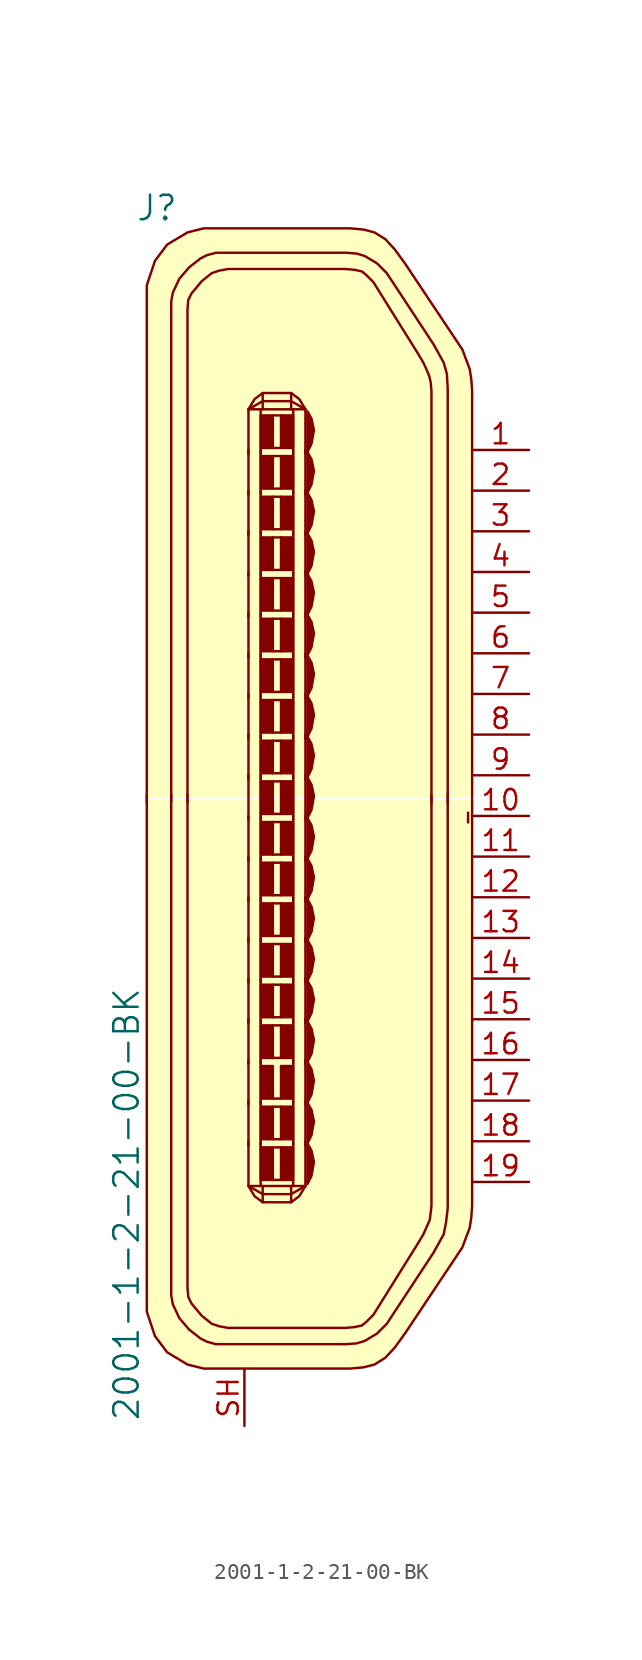
<source format=kicad_sym>
(kicad_symbol_lib
  (version 20220914)
  (generator kicad_symbol_editor)
  (symbol "2001-1-2-21-00-BK"
    (pin_names
      (offset 1.016))
    (property "Reference" "J"
      (at -8.001 37.973 0)
      (effects (font (size 1.524 1.524))))
    (property "Value" "2001-1-2-21-00-BK"
      (at -9.906 -24.257 90)
      (effects (font (size 1.524 1.524))))
    (symbol "2001-1-2-21-00-BK_0_1"
      (rectangle (start -1.524 -20.701) (end -0.762 -22.733) (stroke (width 0) (type solid)) (fill (type outline)))
      (rectangle (start -1.524 -18.161) (end -0.762 -20.193) (stroke (width 0) (type solid)) (fill (type outline)))
      (rectangle (start -1.524 -15.621) (end -0.762 -17.653) (stroke (width 0) (type solid)) (fill (type outline)))
      (rectangle (start -1.524 -13.081) (end -0.762 -15.113) (stroke (width 0) (type solid)) (fill (type outline)))
      (rectangle (start -1.524 -10.541) (end -0.762 -12.573) (stroke (width 0) (type solid)) (fill (type outline)))
      (rectangle (start -1.524 -8.001) (end -0.762 -10.033) (stroke (width 0) (type solid)) (fill (type outline)))
      (rectangle (start -1.524 -5.461) (end -0.762 -7.493) (stroke (width 0) (type solid)) (fill (type outline)))
      (rectangle (start -1.524 -2.921) (end -0.762 -4.953) (stroke (width 0) (type solid)) (fill (type outline)))
      (rectangle (start -1.524 -0.381) (end -0.762 -2.413) (stroke (width 0) (type solid)) (fill (type outline)))
      (rectangle (start -1.524 2.159) (end -0.762 0.127) (stroke (width 0) (type solid)) (fill (type outline)))
      (rectangle (start -1.524 4.699) (end -0.762 2.667) (stroke (width 0) (type solid)) (fill (type outline)))
      (rectangle (start -1.524 7.239) (end -0.762 5.207) (stroke (width 0) (type solid)) (fill (type outline)))
      (rectangle (start -1.524 9.779) (end -0.762 7.747) (stroke (width 0) (type solid)) (fill (type outline)))
      (rectangle (start -1.524 12.319) (end -0.762 10.287) (stroke (width 0) (type solid)) (fill (type outline)))
      (rectangle (start -1.524 14.859) (end -0.762 12.827) (stroke (width 0) (type solid)) (fill (type outline)))
      (rectangle (start -1.524 17.399) (end -0.762 15.367) (stroke (width 0) (type solid)) (fill (type outline)))
      (rectangle (start -1.524 19.939) (end -0.762 17.907) (stroke (width 0) (type solid)) (fill (type outline)))
      (rectangle (start -1.524 22.479) (end -0.762 20.447) (stroke (width 0) (type solid)) (fill (type outline)))
      (rectangle (start -1.524 25.019) (end -0.762 22.987) (stroke (width 0) (type solid)) (fill (type outline)))
      (polyline (pts (xy -8.636 1.295) (xy -8.636 0.838)) (stroke (width 0) (type solid)) (fill (type none)))
      (polyline (pts (xy -7.112 1.346) (xy -7.112 0.889)) (stroke (width 0) (type solid)) (fill (type none)))
      (polyline (pts (xy -6.096 1.346) (xy -6.096 0.838)) (stroke (width 0) (type solid)) (fill (type none)))
      (polyline (pts (xy -2.286 -23.114) (xy 1.27 -23.114)) (stroke (width 0) (type solid)) (fill (type none)))
      (polyline (pts (xy -2.286 -20.32) (xy -2.286 -23.114)) (stroke (width 0) (type solid)) (fill (type none)))
      (polyline (pts (xy -2.286 -17.78) (xy -2.286 -20.574)) (stroke (width 0) (type solid)) (fill (type none)))
      (polyline (pts (xy -2.286 -15.24) (xy -2.286 -18.034)) (stroke (width 0) (type solid)) (fill (type none)))
      (polyline (pts (xy -2.286 -12.7) (xy -2.286 -15.494)) (stroke (width 0) (type solid)) (fill (type none)))
      (polyline (pts (xy -2.286 -10.16) (xy -2.286 -12.954)) (stroke (width 0) (type solid)) (fill (type none)))
      (polyline (pts (xy -2.286 -7.62) (xy -2.286 -10.414)) (stroke (width 0) (type solid)) (fill (type none)))
      (polyline (pts (xy -2.286 -5.08) (xy -2.286 -7.874)) (stroke (width 0) (type solid)) (fill (type none)))
      (polyline (pts (xy -2.286 -2.54) (xy -2.286 -5.334)) (stroke (width 0) (type solid)) (fill (type none)))
      (polyline (pts (xy -2.286 0) (xy -2.286 -2.794)) (stroke (width 0) (type solid)) (fill (type none)))
      (polyline (pts (xy -2.286 2.54) (xy -2.286 -0.254)) (stroke (width 0) (type solid)) (fill (type none)))
      (polyline (pts (xy -2.286 5.08) (xy -2.286 2.286)) (stroke (width 0) (type solid)) (fill (type none)))
      (polyline (pts (xy -2.286 7.62) (xy -2.286 4.826)) (stroke (width 0) (type solid)) (fill (type none)))
      (polyline (pts (xy -2.286 10.16) (xy -2.286 7.366)) (stroke (width 0) (type solid)) (fill (type none)))
      (polyline (pts (xy -2.286 12.7) (xy -2.286 9.906)) (stroke (width 0) (type solid)) (fill (type none)))
      (polyline (pts (xy -2.286 15.24) (xy -2.286 12.446)) (stroke (width 0) (type solid)) (fill (type none)))
      (polyline (pts (xy -2.286 17.78) (xy -2.286 14.986)) (stroke (width 0) (type solid)) (fill (type none)))
      (polyline (pts (xy -2.286 20.32) (xy -2.286 17.526)) (stroke (width 0) (type solid)) (fill (type none)))
      (polyline (pts (xy -2.286 22.86) (xy -2.286 20.066)) (stroke (width 0) (type solid)) (fill (type none)))
      (polyline (pts (xy -2.286 25.4) (xy -2.286 22.606)) (stroke (width 0) (type solid)) (fill (type none)))
      (polyline (pts (xy -2.286 25.4) (xy 1.27 25.4)) (stroke (width 0) (type solid)) (fill (type none)))
      (polyline (pts (xy -1.524 -20.32) (xy -1.524 -23.114)) (stroke (width 0) (type solid)) (fill (type none)))
      (polyline (pts (xy -1.524 -17.78) (xy -1.524 -20.574)) (stroke (width 0) (type solid)) (fill (type none)))
      (polyline (pts (xy -1.524 -15.24) (xy -1.524 -18.034)) (stroke (width 0) (type solid)) (fill (type none)))
      (polyline (pts (xy -1.524 -12.7) (xy -1.524 -15.494)) (stroke (width 0) (type solid)) (fill (type none)))
      (polyline (pts (xy -1.524 -10.16) (xy -1.524 -12.954)) (stroke (width 0) (type solid)) (fill (type none)))
      (polyline (pts (xy -1.524 -7.62) (xy -1.524 -10.414)) (stroke (width 0) (type solid)) (fill (type none)))
      (polyline (pts (xy -1.524 -5.08) (xy -1.524 -7.874)) (stroke (width 0) (type solid)) (fill (type none)))
      (polyline (pts (xy -1.524 -2.54) (xy -1.524 -5.334)) (stroke (width 0) (type solid)) (fill (type none)))
      (polyline (pts (xy -1.524 0) (xy -1.524 -2.794)) (stroke (width 0) (type solid)) (fill (type none)))
      (polyline (pts (xy -1.524 2.54) (xy -1.524 -0.254)) (stroke (width 0) (type solid)) (fill (type none)))
      (polyline (pts (xy -1.524 5.08) (xy -1.524 2.286)) (stroke (width 0) (type solid)) (fill (type none)))
      (polyline (pts (xy -1.524 7.62) (xy -1.524 4.826)) (stroke (width 0) (type solid)) (fill (type none)))
      (polyline (pts (xy -1.524 10.16) (xy -1.524 7.366)) (stroke (width 0) (type solid)) (fill (type none)))
      (polyline (pts (xy -1.524 12.7) (xy -1.524 9.906)) (stroke (width 0) (type solid)) (fill (type none)))
      (polyline (pts (xy -1.524 15.24) (xy -1.524 12.446)) (stroke (width 0) (type solid)) (fill (type none)))
      (polyline (pts (xy -1.524 17.78) (xy -1.524 14.986)) (stroke (width 0) (type solid)) (fill (type none)))
      (polyline (pts (xy -1.524 20.32) (xy -1.524 17.526)) (stroke (width 0) (type solid)) (fill (type none)))
      (polyline (pts (xy -1.524 22.86) (xy -1.524 20.066)) (stroke (width 0) (type solid)) (fill (type none)))
      (polyline (pts (xy -1.524 25.4) (xy -1.524 22.606)) (stroke (width 0) (type solid)) (fill (type none)))
      (polyline (pts (xy -1.397 -23.114) (xy -1.397 -24.13)) (stroke (width 0) (type solid)) (fill (type none)))
      (polyline (pts (xy -1.397 25.4) (xy -1.397 26.416)) (stroke (width 0) (type solid)) (fill (type none)))
      (polyline (pts (xy -0.762 -22.733) (xy -0.254 -22.733)) (stroke (width 0) (type solid)) (fill (type none)))
      (polyline (pts (xy -0.762 -20.701) (xy -0.254 -20.701)) (stroke (width 0) (type solid)) (fill (type none)))
      (polyline (pts (xy -0.762 -20.193) (xy -0.254 -20.193)) (stroke (width 0) (type solid)) (fill (type none)))
      (polyline (pts (xy -0.762 -18.161) (xy -0.254 -18.161)) (stroke (width 0) (type solid)) (fill (type none)))
      (polyline (pts (xy -0.762 -17.653) (xy -0.254 -17.653)) (stroke (width 0) (type solid)) (fill (type none)))
      (polyline (pts (xy -0.762 -15.113) (xy -0.254 -15.113)) (stroke (width 0) (type solid)) (fill (type none)))
      (polyline (pts (xy -0.762 -13.081) (xy -0.254 -13.081)) (stroke (width 0) (type solid)) (fill (type none)))
      (polyline (pts (xy -0.762 -12.573) (xy -0.254 -12.573)) (stroke (width 0) (type solid)) (fill (type none)))
      (polyline (pts (xy -0.762 -10.541) (xy -0.254 -10.541)) (stroke (width 0) (type solid)) (fill (type none)))
      (polyline (pts (xy -0.762 -10.033) (xy -0.254 -10.033)) (stroke (width 0) (type solid)) (fill (type none)))
      (polyline (pts (xy -0.762 -8.001) (xy -0.254 -8.001)) (stroke (width 0) (type solid)) (fill (type none)))
      (polyline (pts (xy -0.762 -7.493) (xy -0.254 -7.493)) (stroke (width 0) (type solid)) (fill (type none)))
      (polyline (pts (xy -0.762 -5.461) (xy -0.254 -5.461)) (stroke (width 0) (type solid)) (fill (type none)))
      (polyline (pts (xy -0.762 -4.953) (xy -0.254 -4.953)) (stroke (width 0) (type solid)) (fill (type none)))
      (polyline (pts (xy -0.762 -2.921) (xy -0.254 -2.921)) (stroke (width 0) (type solid)) (fill (type none)))
      (polyline (pts (xy -0.762 -2.413) (xy -0.254 -2.413)) (stroke (width 0) (type solid)) (fill (type none)))
      (polyline (pts (xy -0.762 -0.381) (xy -0.254 -0.381)) (stroke (width 0) (type solid)) (fill (type none)))
      (polyline (pts (xy -0.762 0.127) (xy -0.254 0.127)) (stroke (width 0) (type solid)) (fill (type none)))
      (polyline (pts (xy -0.762 2.159) (xy -0.254 2.159)) (stroke (width 0) (type solid)) (fill (type none)))
      (polyline (pts (xy -0.762 2.667) (xy -0.254 2.667)) (stroke (width 0) (type solid)) (fill (type none)))
      (polyline (pts (xy -0.762 4.699) (xy -0.254 4.699)) (stroke (width 0) (type solid)) (fill (type none)))
      (polyline (pts (xy -0.762 5.207) (xy -0.254 5.207)) (stroke (width 0) (type solid)) (fill (type none)))
      (polyline (pts (xy -0.762 7.239) (xy -0.254 7.239)) (stroke (width 0) (type solid)) (fill (type none)))
      (polyline (pts (xy -0.762 7.747) (xy -0.254 7.747)) (stroke (width 0) (type solid)) (fill (type none)))
      (polyline (pts (xy -0.762 9.779) (xy -0.254 9.779)) (stroke (width 0) (type solid)) (fill (type none)))
      (polyline (pts (xy -0.762 10.287) (xy -0.254 10.287)) (stroke (width 0) (type solid)) (fill (type none)))
      (polyline (pts (xy -0.762 12.319) (xy -0.254 12.319)) (stroke (width 0) (type solid)) (fill (type none)))
      (polyline (pts (xy -0.762 12.827) (xy -0.254 12.827)) (stroke (width 0) (type solid)) (fill (type none)))
      (polyline (pts (xy -0.762 14.859) (xy -0.254 14.859)) (stroke (width 0) (type solid)) (fill (type none)))
      (polyline (pts (xy -0.762 15.367) (xy -0.254 15.367)) (stroke (width 0) (type solid)) (fill (type none)))
      (polyline (pts (xy -0.762 17.399) (xy -0.254 17.399)) (stroke (width 0) (type solid)) (fill (type none)))
      (polyline (pts (xy -0.762 17.907) (xy -0.254 17.907)) (stroke (width 0) (type solid)) (fill (type none)))
      (polyline (pts (xy -0.762 19.939) (xy -0.254 19.939)) (stroke (width 0) (type solid)) (fill (type none)))
      (polyline (pts (xy -0.762 20.447) (xy -0.254 20.447)) (stroke (width 0) (type solid)) (fill (type none)))
      (polyline (pts (xy -0.762 22.479) (xy -0.254 22.479)) (stroke (width 0) (type solid)) (fill (type none)))
      (polyline (pts (xy -0.762 22.987) (xy -0.254 22.987)) (stroke (width 0) (type solid)) (fill (type none)))
      (polyline (pts (xy -0.762 25.019) (xy -0.254 25.019)) (stroke (width 0) (type solid)) (fill (type none)))
      (polyline (pts (xy 0.381 -23.114) (xy 0.381 -24.13)) (stroke (width 0) (type solid)) (fill (type none)))
      (polyline (pts (xy 0.381 25.4) (xy 0.381 26.416)) (stroke (width 0) (type solid)) (fill (type none)))
      (polyline (pts (xy 1.27 -20.32) (xy 1.27 -23.114)) (stroke (width 0) (type solid)) (fill (type none)))
      (polyline (pts (xy 1.27 -17.78) (xy 1.27 -20.574)) (stroke (width 0) (type solid)) (fill (type none)))
      (polyline (pts (xy 1.27 -15.24) (xy 1.27 -18.034)) (stroke (width 0) (type solid)) (fill (type none)))
      (polyline (pts (xy 1.27 -12.7) (xy 1.27 -15.494)) (stroke (width 0) (type solid)) (fill (type none)))
      (polyline (pts (xy 1.27 -10.16) (xy 1.27 -12.954)) (stroke (width 0) (type solid)) (fill (type none)))
      (polyline (pts (xy 1.27 -7.62) (xy 1.27 -10.414)) (stroke (width 0) (type solid)) (fill (type none)))
      (polyline (pts (xy 1.27 -5.08) (xy 1.27 -7.874)) (stroke (width 0) (type solid)) (fill (type none)))
      (polyline (pts (xy 1.27 -2.54) (xy 1.27 -5.334)) (stroke (width 0) (type solid)) (fill (type none)))
      (polyline (pts (xy 1.27 0) (xy 1.27 -2.794)) (stroke (width 0) (type solid)) (fill (type none)))
      (polyline (pts (xy 1.27 2.54) (xy 1.27 -0.254)) (stroke (width 0) (type solid)) (fill (type none)))
      (polyline (pts (xy 1.27 5.08) (xy 1.27 2.286)) (stroke (width 0) (type solid)) (fill (type none)))
      (polyline (pts (xy 1.27 7.62) (xy 1.27 4.826)) (stroke (width 0) (type solid)) (fill (type none)))
      (polyline (pts (xy 1.27 10.16) (xy 1.27 7.366)) (stroke (width 0) (type solid)) (fill (type none)))
      (polyline (pts (xy 1.27 12.7) (xy 1.27 9.906)) (stroke (width 0) (type solid)) (fill (type none)))
      (polyline (pts (xy 1.27 15.24) (xy 1.27 12.446)) (stroke (width 0) (type solid)) (fill (type none)))
      (polyline (pts (xy 1.27 17.78) (xy 1.27 14.986)) (stroke (width 0) (type solid)) (fill (type none)))
      (polyline (pts (xy 1.27 20.32) (xy 1.27 17.526)) (stroke (width 0) (type solid)) (fill (type none)))
      (polyline (pts (xy 1.27 22.86) (xy 1.27 20.066)) (stroke (width 0) (type solid)) (fill (type none)))
      (polyline (pts (xy 1.27 25.4) (xy 1.27 22.606)) (stroke (width 0) (type solid)) (fill (type none)))
      (polyline (pts (xy 9.144 1.295) (xy 9.144 0.787)) (stroke (width 0) (type solid)) (fill (type none)))
      (polyline (pts (xy 10.16 1.397) (xy 10.16 0.838)) (stroke (width 0) (type solid)) (fill (type none)))
      (polyline (pts (xy 11.43 0.203) (xy 11.43 -0.406)) (stroke (width 0) (type solid)) (fill (type none)))
      (polyline (pts (xy 0.508 -20.32) (xy 0.508 -22.733) (xy 0.508 -23.114)) (stroke (width 0) (type solid)) (fill (type none)))
      (polyline (pts (xy 0.508 -17.78) (xy 0.508 -20.193) (xy 0.508 -20.574)) (stroke (width 0) (type solid)) (fill (type none)))
      (polyline (pts (xy 0.508 -15.24) (xy 0.508 -17.653) (xy 0.508 -18.034)) (stroke (width 0) (type solid)) (fill (type none)))
      (polyline (pts (xy 0.508 -12.7) (xy 0.508 -15.113) (xy 0.508 -15.494)) (stroke (width 0) (type solid)) (fill (type none)))
      (polyline (pts (xy 0.508 -10.16) (xy 0.508 -12.573) (xy 0.508 -12.954)) (stroke (width 0) (type solid)) (fill (type none)))
      (polyline (pts (xy 0.508 -7.62) (xy 0.508 -10.033) (xy 0.508 -10.414)) (stroke (width 0) (type solid)) (fill (type none)))
      (polyline (pts (xy 0.508 -5.08) (xy 0.508 -7.493) (xy 0.508 -7.874)) (stroke (width 0) (type solid)) (fill (type none)))
      (polyline (pts (xy 0.508 -2.54) (xy 0.508 -4.953) (xy 0.508 -5.334)) (stroke (width 0) (type solid)) (fill (type none)))
      (polyline (pts (xy 0.508 0) (xy 0.508 -2.413) (xy 0.508 -2.794)) (stroke (width 0) (type solid)) (fill (type none)))
      (polyline (pts (xy 0.508 2.54) (xy 0.508 0.127) (xy 0.508 -0.254)) (stroke (width 0) (type solid)) (fill (type none)))
      (polyline (pts (xy 0.508 5.08) (xy 0.508 2.667) (xy 0.508 2.286)) (stroke (width 0) (type solid)) (fill (type none)))
      (polyline (pts (xy 0.508 7.62) (xy 0.508 5.207) (xy 0.508 4.826)) (stroke (width 0) (type solid)) (fill (type none)))
      (polyline (pts (xy 0.508 10.16) (xy 0.508 7.747) (xy 0.508 7.366)) (stroke (width 0) (type solid)) (fill (type none)))
      (polyline (pts (xy 0.508 12.7) (xy 0.508 10.287) (xy 0.508 9.906)) (stroke (width 0) (type solid)) (fill (type none)))
      (polyline (pts (xy 0.508 15.24) (xy 0.508 12.827) (xy 0.508 12.446)) (stroke (width 0) (type solid)) (fill (type none)))
      (polyline (pts (xy 0.508 17.78) (xy 0.508 15.367) (xy 0.508 14.986)) (stroke (width 0) (type solid)) (fill (type none)))
      (polyline (pts (xy 0.508 20.32) (xy 0.508 17.907) (xy 0.508 17.526)) (stroke (width 0) (type solid)) (fill (type none)))
      (polyline (pts (xy 0.508 22.86) (xy 0.508 20.447) (xy 0.508 20.066)) (stroke (width 0) (type solid)) (fill (type none)))
      (polyline (pts (xy 0.508 25.4) (xy 0.508 22.987) (xy 0.508 22.606)) (stroke (width 0) (type solid)) (fill (type none)))
      (polyline (pts (xy -2.286 -23.114) (xy -1.397 -23.622) (xy 0.381 -23.622) (xy 1.27 -23.114)) (stroke (width 0) (type solid)) (fill (type none)))
      (polyline (pts (xy -2.286 25.4) (xy -1.397 25.908) (xy 0.381 25.908) (xy 1.27 25.4)) (stroke (width 0) (type solid)) (fill (type none)))
      (polyline (pts (xy -2.286 -23.114) (xy -1.905 -23.749) (xy -1.397 -24.13) (xy 0.381 -24.13) (xy 0.889 -23.749) (xy 1.27 -23.114)) (stroke (width 0) (type solid)) (fill (type none)))
      (polyline (pts (xy -2.286 25.4) (xy -1.905 26.035) (xy -1.397 26.416) (xy 0.381 26.416) (xy 0.889 26.035) (xy 1.27 25.4)) (stroke (width 0) (type solid)) (fill (type none)))
      (polyline (pts (xy 1.397 -20.447) (xy 1.397 -22.987) (xy 1.651 -22.479) (xy 1.803 -21.615) (xy 1.651 -20.904) (xy 1.397 -20.447)) (stroke (width 0) (type solid)) (fill (type outline)))
      (polyline (pts (xy 1.397 -17.907) (xy 1.397 -20.447) (xy 1.651 -19.939) (xy 1.803 -19.075) (xy 1.651 -18.364) (xy 1.397 -17.907)) (stroke (width 0) (type solid)) (fill (type outline)))
      (polyline (pts (xy 1.397 -15.367) (xy 1.397 -17.907) (xy 1.651 -17.399) (xy 1.803 -16.535) (xy 1.651 -15.824) (xy 1.397 -15.367)) (stroke (width 0) (type solid)) (fill (type outline)))
      (polyline (pts (xy 1.397 -12.827) (xy 1.397 -15.367) (xy 1.651 -14.859) (xy 1.803 -13.995) (xy 1.651 -13.284) (xy 1.397 -12.827)) (stroke (width 0) (type solid)) (fill (type outline)))
      (polyline (pts (xy 1.397 -10.287) (xy 1.397 -12.827) (xy 1.651 -12.319) (xy 1.803 -11.455) (xy 1.651 -10.744) (xy 1.397 -10.287)) (stroke (width 0) (type solid)) (fill (type outline)))
      (polyline (pts (xy 1.397 -7.747) (xy 1.397 -10.287) (xy 1.651 -9.779) (xy 1.803 -8.915) (xy 1.651 -8.204) (xy 1.397 -7.747)) (stroke (width 0) (type solid)) (fill (type outline)))
      (polyline (pts (xy 1.397 -5.207) (xy 1.397 -7.747) (xy 1.651 -7.239) (xy 1.803 -6.375) (xy 1.651 -5.664) (xy 1.397 -5.207)) (stroke (width 0) (type solid)) (fill (type outline)))
      (polyline (pts (xy 1.397 -2.667) (xy 1.397 -5.207) (xy 1.651 -4.699) (xy 1.803 -3.835) (xy 1.651 -3.124) (xy 1.397 -2.667)) (stroke (width 0) (type solid)) (fill (type outline)))
      (polyline (pts (xy 1.397 -0.127) (xy 1.397 -2.667) (xy 1.651 -2.159) (xy 1.803 -1.295) (xy 1.651 -0.584) (xy 1.397 -0.127)) (stroke (width 0) (type solid)) (fill (type outline)))
      (polyline (pts (xy 1.397 2.413) (xy 1.397 -0.127) (xy 1.651 0.381) (xy 1.803 1.245) (xy 1.651 1.956) (xy 1.397 2.413)) (stroke (width 0) (type solid)) (fill (type outline)))
      (polyline (pts (xy 1.397 4.953) (xy 1.397 2.413) (xy 1.651 2.921) (xy 1.803 3.785) (xy 1.651 4.496) (xy 1.397 4.953)) (stroke (width 0) (type solid)) (fill (type outline)))
      (polyline (pts (xy 1.397 7.493) (xy 1.397 4.953) (xy 1.651 5.461) (xy 1.803 6.325) (xy 1.651 7.036) (xy 1.397 7.493)) (stroke (width 0) (type solid)) (fill (type outline)))
      (polyline (pts (xy 1.397 10.033) (xy 1.397 7.493) (xy 1.651 8.001) (xy 1.803 8.865) (xy 1.651 9.576) (xy 1.397 10.033)) (stroke (width 0) (type solid)) (fill (type outline)))
      (polyline (pts (xy 1.397 12.573) (xy 1.397 10.033) (xy 1.651 10.541) (xy 1.803 11.405) (xy 1.651 12.116) (xy 1.397 12.573)) (stroke (width 0) (type solid)) (fill (type outline)))
      (polyline (pts (xy 1.397 15.113) (xy 1.397 12.573) (xy 1.651 13.081) (xy 1.803 13.945) (xy 1.651 14.656) (xy 1.397 15.113)) (stroke (width 0) (type solid)) (fill (type outline)))
      (polyline (pts (xy 1.397 17.653) (xy 1.397 15.113) (xy 1.651 15.621) (xy 1.803 16.485) (xy 1.651 17.196) (xy 1.397 17.653)) (stroke (width 0) (type solid)) (fill (type outline)))
      (polyline (pts (xy 1.397 20.193) (xy 1.397 17.653) (xy 1.651 18.161) (xy 1.803 19.025) (xy 1.651 19.736) (xy 1.397 20.193)) (stroke (width 0) (type solid)) (fill (type outline)))
      (polyline (pts (xy 1.397 22.733) (xy 1.397 20.193) (xy 1.651 20.701) (xy 1.803 21.565) (xy 1.651 22.276) (xy 1.397 22.733)) (stroke (width 0) (type solid)) (fill (type outline)))
      (polyline (pts (xy 1.397 25.273) (xy 1.397 22.733) (xy 1.651 23.241) (xy 1.803 24.105) (xy 1.651 24.816) (xy 1.397 25.273)) (stroke (width 0) (type solid)) (fill (type outline)))
      (polyline (pts (xy 9.144 1.041) (xy 9.144 -24.359) (xy 9.042 -25.222) (xy 8.636 -26.137) (xy 8.255 -26.772) (xy 5.512 -31.166) (xy 5.08 -31.598) (xy 4.801 -31.826) (xy 4.343 -31.928) (xy 3.759 -31.979) (xy -3.556 -31.979) (xy -4.115 -31.877) (xy -4.572 -31.725) (xy -5.207 -31.217) (xy -5.842 -30.455) (xy -6.045 -30.048) (xy -6.096 -29.439) (xy -6.096 1.041)) (stroke (width 0) (type solid)) (fill (type none)))
      (polyline (pts (xy 11.684 1.041) (xy 11.684 -24.359) (xy 11.633 -25.095) (xy 11.532 -25.73) (xy 11.074 -26.949) (xy 7.518 -32.283) (xy 6.858 -33.198) (xy 6.274 -33.833) (xy 5.588 -34.265) (xy 4.902 -34.442) (xy 4.064 -34.519) (xy -3.556 -34.519) (xy -5.08 -34.519) (xy -6.096 -34.265) (xy -7.366 -33.503) (xy -8.128 -32.487) (xy -8.636 -30.963) (xy -8.636 -29.439) (xy -8.636 1.041)) (stroke (width 0) (type solid)) (fill (type background)))
      (polyline (pts (xy 11.684 1.143) (xy 11.684 26.543) (xy 11.633 27.28) (xy 11.532 27.915) (xy 11.074 29.134) (xy 7.518 34.468) (xy 6.858 35.382) (xy 6.274 36.017) (xy 5.588 36.449) (xy 4.902 36.627) (xy 4.064 36.703) (xy -3.556 36.703) (xy -5.08 36.703) (xy -6.096 36.449) (xy -7.366 35.687) (xy -8.128 34.671) (xy -8.636 33.147) (xy -8.636 31.623) (xy -8.636 1.143)) (stroke (width 0) (type solid)) (fill (type background)))
      (polyline (pts (xy -7.112 1.041) (xy -7.112 -29.947) (xy -7.01 -30.505) (xy -6.604 -31.369) (xy -5.994 -32.08) (xy -5.283 -32.639) (xy -4.877 -32.842) (xy -4.318 -32.995) (xy -3.048 -32.995) (xy 3.81 -32.995) (xy 4.47 -32.944) (xy 4.978 -32.791) (xy 5.74 -32.334) (xy 6.35 -31.725) (xy 9.271 -27.28) (xy 9.906 -26.137) (xy 10.058 -25.375) (xy 10.16 -24.486) (xy 10.16 -24.359) (xy 10.16 1.041)) (stroke (width 0) (type solid)) (fill (type none)))
      (polyline (pts (xy -7.112 1.143) (xy -7.112 32.131) (xy -7.01 32.69) (xy -6.604 33.553) (xy -5.994 34.265) (xy -5.283 34.823) (xy -4.877 35.027) (xy -4.318 35.179) (xy -3.048 35.179) (xy 3.81 35.179) (xy 4.47 35.128) (xy 4.978 34.976) (xy 5.74 34.519) (xy 6.35 33.909) (xy 9.271 29.464) (xy 9.906 28.321) (xy 10.109 27.61) (xy 10.16 26.67) (xy 10.16 26.543) (xy 10.16 1.143)) (stroke (width 0) (type solid)) (fill (type none)))
      (polyline (pts (xy 9.144 1.143) (xy 9.144 26.543) (xy 9.093 27.102) (xy 9.017 27.432) (xy 8.89 27.762) (xy 8.636 28.321) (xy 8.255 28.956) (xy 5.512 33.35) (xy 5.08 33.782) (xy 4.801 34.011) (xy 4.343 34.112) (xy 3.759 34.163) (xy -3.556 34.163) (xy -4.115 34.061) (xy -4.572 33.909) (xy -5.207 33.401) (xy -5.842 32.639) (xy -6.045 32.233) (xy -6.096 31.623) (xy -6.096 1.143)) (stroke (width 0) (type solid)) (fill (type none)))
      (rectangle (start 0.508 -20.701) (end -0.254 -22.733) (stroke (width 0) (type solid)) (fill (type outline)))
      (rectangle (start 0.508 -18.161) (end -0.254 -20.193) (stroke (width 0) (type solid)) (fill (type outline)))
      (rectangle (start 0.508 -15.621) (end -0.254 -17.653) (stroke (width 0) (type solid)) (fill (type outline)))
      (rectangle (start 0.508 -13.081) (end -0.254 -15.113) (stroke (width 0) (type solid)) (fill (type outline)))
      (rectangle (start 0.508 -10.541) (end -0.254 -12.573) (stroke (width 0) (type solid)) (fill (type outline)))
      (rectangle (start 0.508 -8.001) (end -0.254 -10.033) (stroke (width 0) (type solid)) (fill (type outline)))
      (rectangle (start 0.508 -5.461) (end -0.254 -7.493) (stroke (width 0) (type solid)) (fill (type outline)))
      (rectangle (start 0.508 -2.921) (end -0.254 -4.953) (stroke (width 0) (type solid)) (fill (type outline)))
      (rectangle (start 0.508 -0.381) (end -0.254 -2.413) (stroke (width 0) (type solid)) (fill (type outline)))
      (rectangle (start 0.508 2.159) (end -0.254 0.127) (stroke (width 0) (type solid)) (fill (type outline)))
      (rectangle (start 0.508 4.699) (end -0.254 2.667) (stroke (width 0) (type solid)) (fill (type outline)))
      (rectangle (start 0.508 7.239) (end -0.254 5.207) (stroke (width 0) (type solid)) (fill (type outline)))
      (rectangle (start 0.508 9.779) (end -0.254 7.747) (stroke (width 0) (type solid)) (fill (type outline)))
      (rectangle (start 0.508 12.319) (end -0.254 10.287) (stroke (width 0) (type solid)) (fill (type outline)))
      (rectangle (start 0.508 14.859) (end -0.254 12.827) (stroke (width 0) (type solid)) (fill (type outline)))
      (rectangle (start 0.508 17.399) (end -0.254 15.367) (stroke (width 0) (type solid)) (fill (type outline)))
      (rectangle (start 0.508 19.939) (end -0.254 17.907) (stroke (width 0) (type solid)) (fill (type outline)))
      (rectangle (start 0.508 22.479) (end -0.254 20.447) (stroke (width 0) (type solid)) (fill (type outline)))
      (rectangle (start 0.508 25.019) (end -0.254 22.987) (stroke (width 0) (type solid)) (fill (type outline))))
    (symbol "2001-1-2-21-00-BK_1_1"
      (pin passive line (at 15.24 22.86 180) (length 3.556) (name "~" (effects (font (size 1.27 1.27)))) (number "1" (effects (font (size 1.27 1.27)))))
      (pin passive line (at 15.24 0 180) (length 3.556) (name "~" (effects (font (size 1.27 1.27)))) (number "10" (effects (font (size 1.27 1.27)))))
      (pin passive line (at 15.24 -2.54 180) (length 3.556) (name "~" (effects (font (size 1.27 1.27)))) (number "11" (effects (font (size 1.27 1.27)))))
      (pin passive line (at 15.24 -5.08 180) (length 3.556) (name "~" (effects (font (size 1.27 1.27)))) (number "12" (effects (font (size 1.27 1.27)))))
      (pin passive line (at 15.24 -7.62 180) (length 3.556) (name "~" (effects (font (size 1.27 1.27)))) (number "13" (effects (font (size 1.27 1.27)))))
      (pin passive line (at 15.24 -10.16 180) (length 3.556) (name "~" (effects (font (size 1.27 1.27)))) (number "14" (effects (font (size 1.27 1.27)))))
      (pin passive line (at 15.24 -12.7 180) (length 3.556) (name "~" (effects (font (size 1.27 1.27)))) (number "15" (effects (font (size 1.27 1.27)))))
      (pin passive line (at 15.24 -15.24 180) (length 3.556) (name "~" (effects (font (size 1.27 1.27)))) (number "16" (effects (font (size 1.27 1.27)))))
      (pin passive line (at 15.24 -17.78 180) (length 3.556) (name "~" (effects (font (size 1.27 1.27)))) (number "17" (effects (font (size 1.27 1.27)))))
      (pin passive line (at 15.24 -20.32 180) (length 3.556) (name "~" (effects (font (size 1.27 1.27)))) (number "18" (effects (font (size 1.27 1.27)))))
      (pin passive line (at 15.24 -22.86 180) (length 3.556) (name "~" (effects (font (size 1.27 1.27)))) (number "19" (effects (font (size 1.27 1.27)))))
      (pin passive line (at 15.24 20.32 180) (length 3.556) (name "~" (effects (font (size 1.27 1.27)))) (number "2" (effects (font (size 1.27 1.27)))))
      (pin passive line (at 15.24 17.78 180) (length 3.556) (name "~" (effects (font (size 1.27 1.27)))) (number "3" (effects (font (size 1.27 1.27)))))
      (pin passive line (at 15.24 15.24 180) (length 3.556) (name "~" (effects (font (size 1.27 1.27)))) (number "4" (effects (font (size 1.27 1.27)))))
      (pin passive line (at 15.24 12.7 180) (length 3.556) (name "~" (effects (font (size 1.27 1.27)))) (number "5" (effects (font (size 1.27 1.27)))))
      (pin passive line (at 15.24 10.16 180) (length 3.556) (name "~" (effects (font (size 1.27 1.27)))) (number "6" (effects (font (size 1.27 1.27)))))
      (pin passive line (at 15.24 7.62 180) (length 3.556) (name "~" (effects (font (size 1.27 1.27)))) (number "7" (effects (font (size 1.27 1.27)))))
      (pin passive line (at 15.24 5.08 180) (length 3.556) (name "~" (effects (font (size 1.27 1.27)))) (number "8" (effects (font (size 1.27 1.27)))))
      (pin passive line (at 15.24 2.54 180) (length 3.556) (name "~" (effects (font (size 1.27 1.27)))) (number "9" (effects (font (size 1.27 1.27)))))
      (pin passive line (at -2.54 -38.1 90) (length 3.556) (name "~" (effects (font (size 1.27 1.27)))) (number "SH" (effects (font (size 1.27 1.27))))))))
</source>
